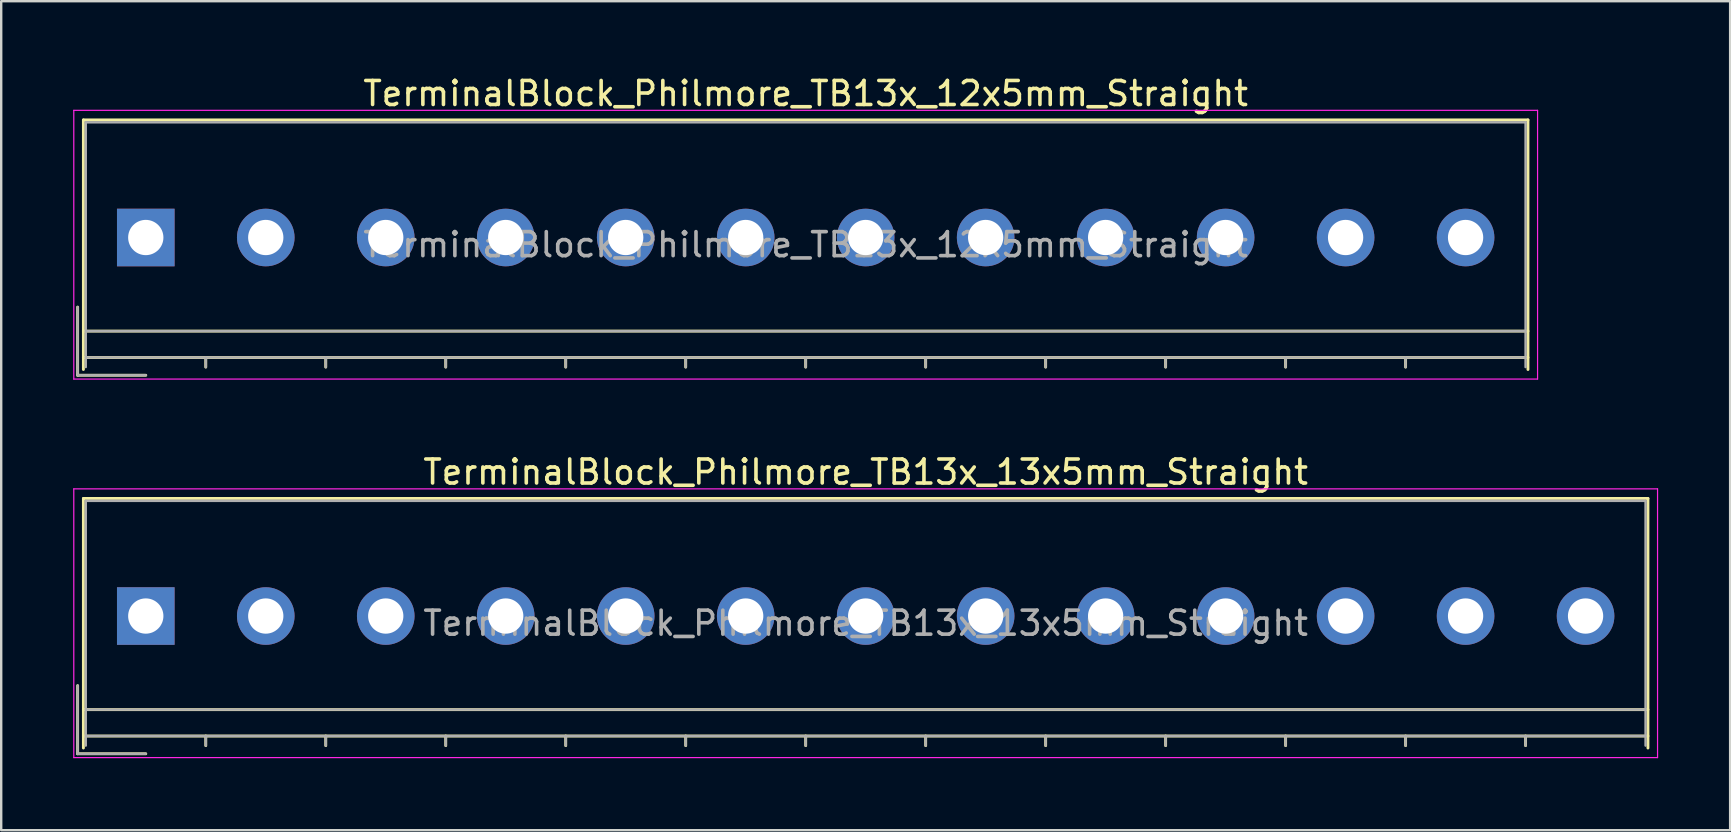
<source format=kicad_pcb>
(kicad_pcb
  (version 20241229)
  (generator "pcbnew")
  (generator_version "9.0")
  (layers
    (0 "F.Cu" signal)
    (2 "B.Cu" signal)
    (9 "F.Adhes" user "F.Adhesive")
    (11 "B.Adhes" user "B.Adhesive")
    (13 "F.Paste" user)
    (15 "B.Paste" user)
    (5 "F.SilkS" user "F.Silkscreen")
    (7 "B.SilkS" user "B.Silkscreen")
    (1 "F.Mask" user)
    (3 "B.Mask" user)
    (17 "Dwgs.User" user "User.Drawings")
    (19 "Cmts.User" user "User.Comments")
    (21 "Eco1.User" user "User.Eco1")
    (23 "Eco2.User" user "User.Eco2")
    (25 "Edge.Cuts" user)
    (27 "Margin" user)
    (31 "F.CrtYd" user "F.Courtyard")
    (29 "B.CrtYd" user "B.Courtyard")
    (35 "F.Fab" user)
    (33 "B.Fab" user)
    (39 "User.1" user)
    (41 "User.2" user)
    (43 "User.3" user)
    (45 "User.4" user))
  (footprint "TerminalBlock_Philmore_TB13x_13x5mm_Straight"
    (layer "F.Cu")
    (at 3.025 22.622)
    (property "Reference" "TerminalBlock_Philmore_TB13x_13x5mm_Straight" (at 30 -6 0) (layer "F.SilkS") (effects (font (size 1 1) (thickness 0.15))))
    (attr through_hole)
    (fp_line (start -2.84 2.9) (end -2.84 5.74) (stroke (width 0.12) (type solid)) (layer "F.SilkS"))
    (fp_line (start -2.84 5.74) (end 0 5.74) (stroke (width 0.12) (type solid)) (layer "F.SilkS"))
    (fp_line (start -2.6 -4.9) (end 62.6 -4.9) (stroke (width 0.12) (type solid)) (layer "F.SilkS"))
    (fp_line (start -2.6 3.9) (end 62.6 3.9) (stroke (width 0.12) (type solid)) (layer "F.SilkS"))
    (fp_line (start -2.6 5) (end 62.6 5) (stroke (width 0.12) (type solid)) (layer "F.SilkS"))
    (fp_line (start -2.6 5.5) (end -2.6 -4.9) (stroke (width 0.12) (type solid)) (layer "F.SilkS"))
    (fp_line (start 2.5 5) (end 2.5 5.4) (stroke (width 0.12) (type solid)) (layer "F.SilkS"))
    (fp_line (start 7.5 5) (end 7.5 5.4) (stroke (width 0.12) (type solid)) (layer "F.SilkS"))
    (fp_line (start 12.5 5) (end 12.5 5.4) (stroke (width 0.12) (type solid)) (layer "F.SilkS"))
    (fp_line (start 17.5 5) (end 17.5 5.4) (stroke (width 0.12) (type solid)) (layer "F.SilkS"))
    (fp_line (start 22.5 5) (end 22.5 5.4) (stroke (width 0.12) (type solid)) (layer "F.SilkS"))
    (fp_line (start 27.5 5) (end 27.5 5.4) (stroke (width 0.12) (type solid)) (layer "F.SilkS"))
    (fp_line (start 32.5 5) (end 32.5 5.4) (stroke (width 0.12) (type solid)) (layer "F.SilkS"))
    (fp_line (start 37.5 5) (end 37.5 5.4) (stroke (width 0.12) (type solid)) (layer "F.SilkS"))
    (fp_line (start 42.5 5) (end 42.5 5.4) (stroke (width 0.12) (type solid)) (layer "F.SilkS"))
    (fp_line (start 47.5 5) (end 47.5 5.4) (stroke (width 0.12) (type solid)) (layer "F.SilkS"))
    (fp_line (start 52.5 5) (end 52.5 5.4) (stroke (width 0.12) (type solid)) (layer "F.SilkS"))
    (fp_line (start 57.5 5) (end 57.5 5.4) (stroke (width 0.12) (type solid)) (layer "F.SilkS"))
    (fp_line (start 62.6 -4.9) (end 62.6 5.5) (stroke (width 0.12) (type solid)) (layer "F.SilkS"))
    (fp_line (start -3 -5.3) (end -3 5.9) (stroke (width 0.05) (type solid)) (layer "F.CrtYd"))
    (fp_line (start -3 5.9) (end 63 5.9) (stroke (width 0.05) (type solid)) (layer "F.CrtYd"))
    (fp_line (start 63 -5.3) (end -3 -5.3) (stroke (width 0.05) (type solid)) (layer "F.CrtYd"))
    (fp_line (start 63 5.9) (end 63 -5.3) (stroke (width 0.05) (type solid)) (layer "F.CrtYd"))
    (fp_line (start -2.84 2.9) (end -2.84 5.74) (stroke (width 0.1) (type solid)) (layer "F.Fab"))
    (fp_line (start -2.84 5.74) (end 0 5.74) (stroke (width 0.1) (type solid)) (layer "F.Fab"))
    (fp_line (start -2.5 -4.8) (end 62.5 -4.8) (stroke (width 0.1) (type solid)) (layer "F.Fab"))
    (fp_line (start -2.5 3.9) (end 62.5 3.9) (stroke (width 0.1) (type solid)) (layer "F.Fab"))
    (fp_line (start -2.5 5) (end 62.5 5) (stroke (width 0.1) (type solid)) (layer "F.Fab"))
    (fp_line (start -2.5 5.4) (end -2.5 -4.8) (stroke (width 0.1) (type solid)) (layer "F.Fab"))
    (fp_line (start 2.5 5) (end 2.5 5.4) (stroke (width 0.1) (type solid)) (layer "F.Fab"))
    (fp_line (start 7.5 5) (end 7.5 5.4) (stroke (width 0.1) (type solid)) (layer "F.Fab"))
    (fp_line (start 12.5 5) (end 12.5 5.4) (stroke (width 0.1) (type solid)) (layer "F.Fab"))
    (fp_line (start 17.5 5) (end 17.5 5.4) (stroke (width 0.1) (type solid)) (layer "F.Fab"))
    (fp_line (start 22.5 5) (end 22.5 5.4) (stroke (width 0.1) (type solid)) (layer "F.Fab"))
    (fp_line (start 27.5 5) (end 27.5 5.4) (stroke (width 0.1) (type solid)) (layer "F.Fab"))
    (fp_line (start 32.5 5) (end 32.5 5.4) (stroke (width 0.1) (type solid)) (layer "F.Fab"))
    (fp_line (start 37.5 5) (end 37.5 5.4) (stroke (width 0.1) (type solid)) (layer "F.Fab"))
    (fp_line (start 42.5 5) (end 42.5 5.4) (stroke (width 0.1) (type solid)) (layer "F.Fab"))
    (fp_line (start 47.5 5) (end 47.5 5.4) (stroke (width 0.1) (type solid)) (layer "F.Fab"))
    (fp_line (start 52.5 5) (end 52.5 5.4) (stroke (width 0.1) (type solid)) (layer "F.Fab"))
    (fp_line (start 57.5 5) (end 57.5 5.4) (stroke (width 0.1) (type solid)) (layer "F.Fab"))
    (fp_line (start 62.5 -4.8) (end 62.5 5.4) (stroke (width 0.1) (type solid)) (layer "F.Fab"))
    (fp_text user "${REFERENCE}" (at 30 0.3 0) (layer "F.Fab") (effects (font (size 1 1) (thickness 0.15))))
    (pad "1" thru_hole rect (at 0 0) (size 2.4 2.4) (drill 1.47) (layers "*.Cu" "*.Mask"))
    (pad "2" thru_hole circle (at 5 0) (size 2.4 2.4) (drill 1.47) (layers "*.Cu" "*.Mask"))
    (pad "3" thru_hole circle (at 10 0) (size 2.4 2.4) (drill 1.47) (layers "*.Cu" "*.Mask"))
    (pad "4" thru_hole circle (at 15 0) (size 2.4 2.4) (drill 1.47) (layers "*.Cu" "*.Mask"))
    (pad "5" thru_hole circle (at 20 0) (size 2.4 2.4) (drill 1.47) (layers "*.Cu" "*.Mask"))
    (pad "6" thru_hole circle (at 25 0) (size 2.4 2.4) (drill 1.47) (layers "*.Cu" "*.Mask"))
    (pad "7" thru_hole circle (at 30 0) (size 2.4 2.4) (drill 1.47) (layers "*.Cu" "*.Mask"))
    (pad "8" thru_hole circle (at 35 0) (size 2.4 2.4) (drill 1.47) (layers "*.Cu" "*.Mask"))
    (pad "9" thru_hole circle (at 40 0) (size 2.4 2.4) (drill 1.47) (layers "*.Cu" "*.Mask"))
    (pad "10" thru_hole circle (at 45 0) (size 2.4 2.4) (drill 1.47) (layers "*.Cu" "*.Mask"))
    (pad "11" thru_hole circle (at 50 0) (size 2.4 2.4) (drill 1.47) (layers "*.Cu" "*.Mask"))
    (pad "12" thru_hole circle (at 55 0) (size 2.4 2.4) (drill 1.47) (layers "*.Cu" "*.Mask"))
    (pad "13" thru_hole circle (at 60 0) (size 2.4 2.4) (drill 1.47) (layers "*.Cu" "*.Mask")))
  (footprint "TerminalBlock_Philmore_TB13x_12x5mm_Straight"
    (layer "F.Cu")
    (at 3.025 6.848)
    (property "Reference" "TerminalBlock_Philmore_TB13x_12x5mm_Straight" (at 27.5 -6 0) (layer "F.SilkS") (effects (font (size 1 1) (thickness 0.15))))
    (attr through_hole)
    (fp_line (start -2.84 2.9) (end -2.84 5.74) (stroke (width 0.12) (type solid)) (layer "F.SilkS"))
    (fp_line (start -2.84 5.74) (end 0 5.74) (stroke (width 0.12) (type solid)) (layer "F.SilkS"))
    (fp_line (start -2.6 -4.9) (end 57.6 -4.9) (stroke (width 0.12) (type solid)) (layer "F.SilkS"))
    (fp_line (start -2.6 3.9) (end 57.6 3.9) (stroke (width 0.12) (type solid)) (layer "F.SilkS"))
    (fp_line (start -2.6 5) (end 57.6 5) (stroke (width 0.12) (type solid)) (layer "F.SilkS"))
    (fp_line (start -2.6 5.5) (end -2.6 -4.9) (stroke (width 0.12) (type solid)) (layer "F.SilkS"))
    (fp_line (start 2.5 5) (end 2.5 5.4) (stroke (width 0.12) (type solid)) (layer "F.SilkS"))
    (fp_line (start 7.5 5) (end 7.5 5.4) (stroke (width 0.12) (type solid)) (layer "F.SilkS"))
    (fp_line (start 12.5 5) (end 12.5 5.4) (stroke (width 0.12) (type solid)) (layer "F.SilkS"))
    (fp_line (start 17.5 5) (end 17.5 5.4) (stroke (width 0.12) (type solid)) (layer "F.SilkS"))
    (fp_line (start 22.5 5) (end 22.5 5.4) (stroke (width 0.12) (type solid)) (layer "F.SilkS"))
    (fp_line (start 27.5 5) (end 27.5 5.4) (stroke (width 0.12) (type solid)) (layer "F.SilkS"))
    (fp_line (start 32.5 5) (end 32.5 5.4) (stroke (width 0.12) (type solid)) (layer "F.SilkS"))
    (fp_line (start 37.5 5) (end 37.5 5.4) (stroke (width 0.12) (type solid)) (layer "F.SilkS"))
    (fp_line (start 42.5 5) (end 42.5 5.4) (stroke (width 0.12) (type solid)) (layer "F.SilkS"))
    (fp_line (start 47.5 5) (end 47.5 5.4) (stroke (width 0.12) (type solid)) (layer "F.SilkS"))
    (fp_line (start 52.5 5) (end 52.5 5.4) (stroke (width 0.12) (type solid)) (layer "F.SilkS"))
    (fp_line (start 57.6 -4.9) (end 57.6 5.5) (stroke (width 0.12) (type solid)) (layer "F.SilkS"))
    (fp_line (start -3 -5.3) (end -3 5.9) (stroke (width 0.05) (type solid)) (layer "F.CrtYd"))
    (fp_line (start -3 5.9) (end 58 5.9) (stroke (width 0.05) (type solid)) (layer "F.CrtYd"))
    (fp_line (start 58 -5.3) (end -3 -5.3) (stroke (width 0.05) (type solid)) (layer "F.CrtYd"))
    (fp_line (start 58 5.9) (end 58 -5.3) (stroke (width 0.05) (type solid)) (layer "F.CrtYd"))
    (fp_line (start -2.84 2.9) (end -2.84 5.74) (stroke (width 0.1) (type solid)) (layer "F.Fab"))
    (fp_line (start -2.84 5.74) (end 0 5.74) (stroke (width 0.1) (type solid)) (layer "F.Fab"))
    (fp_line (start -2.5 -4.8) (end 57.5 -4.8) (stroke (width 0.1) (type solid)) (layer "F.Fab"))
    (fp_line (start -2.5 3.9) (end 57.5 3.9) (stroke (width 0.1) (type solid)) (layer "F.Fab"))
    (fp_line (start -2.5 5) (end 57.5 5) (stroke (width 0.1) (type solid)) (layer "F.Fab"))
    (fp_line (start -2.5 5.4) (end -2.5 -4.8) (stroke (width 0.1) (type solid)) (layer "F.Fab"))
    (fp_line (start 2.5 5) (end 2.5 5.4) (stroke (width 0.1) (type solid)) (layer "F.Fab"))
    (fp_line (start 7.5 5) (end 7.5 5.4) (stroke (width 0.1) (type solid)) (layer "F.Fab"))
    (fp_line (start 12.5 5) (end 12.5 5.4) (stroke (width 0.1) (type solid)) (layer "F.Fab"))
    (fp_line (start 17.5 5) (end 17.5 5.4) (stroke (width 0.1) (type solid)) (layer "F.Fab"))
    (fp_line (start 22.5 5) (end 22.5 5.4) (stroke (width 0.1) (type solid)) (layer "F.Fab"))
    (fp_line (start 27.5 5) (end 27.5 5.4) (stroke (width 0.1) (type solid)) (layer "F.Fab"))
    (fp_line (start 32.5 5) (end 32.5 5.4) (stroke (width 0.1) (type solid)) (layer "F.Fab"))
    (fp_line (start 37.5 5) (end 37.5 5.4) (stroke (width 0.1) (type solid)) (layer "F.Fab"))
    (fp_line (start 42.5 5) (end 42.5 5.4) (stroke (width 0.1) (type solid)) (layer "F.Fab"))
    (fp_line (start 47.5 5) (end 47.5 5.4) (stroke (width 0.1) (type solid)) (layer "F.Fab"))
    (fp_line (start 52.5 5) (end 52.5 5.4) (stroke (width 0.1) (type solid)) (layer "F.Fab"))
    (fp_line (start 57.5 -4.8) (end 57.5 5.4) (stroke (width 0.1) (type solid)) (layer "F.Fab"))
    (fp_text user "${REFERENCE}" (at 27.5 0.3 0) (layer "F.Fab") (effects (font (size 1 1) (thickness 0.15))))
    (pad "1" thru_hole rect (at 0 0) (size 2.4 2.4) (drill 1.47) (layers "*.Cu" "*.Mask"))
    (pad "2" thru_hole circle (at 5 0) (size 2.4 2.4) (drill 1.47) (layers "*.Cu" "*.Mask"))
    (pad "3" thru_hole circle (at 10 0) (size 2.4 2.4) (drill 1.47) (layers "*.Cu" "*.Mask"))
    (pad "4" thru_hole circle (at 15 0) (size 2.4 2.4) (drill 1.47) (layers "*.Cu" "*.Mask"))
    (pad "5" thru_hole circle (at 20 0) (size 2.4 2.4) (drill 1.47) (layers "*.Cu" "*.Mask"))
    (pad "6" thru_hole circle (at 25 0) (size 2.4 2.4) (drill 1.47) (layers "*.Cu" "*.Mask"))
    (pad "7" thru_hole circle (at 30 0) (size 2.4 2.4) (drill 1.47) (layers "*.Cu" "*.Mask"))
    (pad "8" thru_hole circle (at 35 0) (size 2.4 2.4) (drill 1.47) (layers "*.Cu" "*.Mask"))
    (pad "9" thru_hole circle (at 40 0) (size 2.4 2.4) (drill 1.47) (layers "*.Cu" "*.Mask"))
    (pad "10" thru_hole circle (at 45 0) (size 2.4 2.4) (drill 1.47) (layers "*.Cu" "*.Mask"))
    (pad "11" thru_hole circle (at 50 0) (size 2.4 2.4) (drill 1.47) (layers "*.Cu" "*.Mask"))
    (pad "12" thru_hole circle (at 55 0) (size 2.4 2.4) (drill 1.47) (layers "*.Cu" "*.Mask")))
  (gr_rect
    (start -3 -3)
    (end 69.05 31.547)
    (stroke (width 0.1) (type default))
    (fill no)
    (layer "Edge.Cuts")))
</source>
